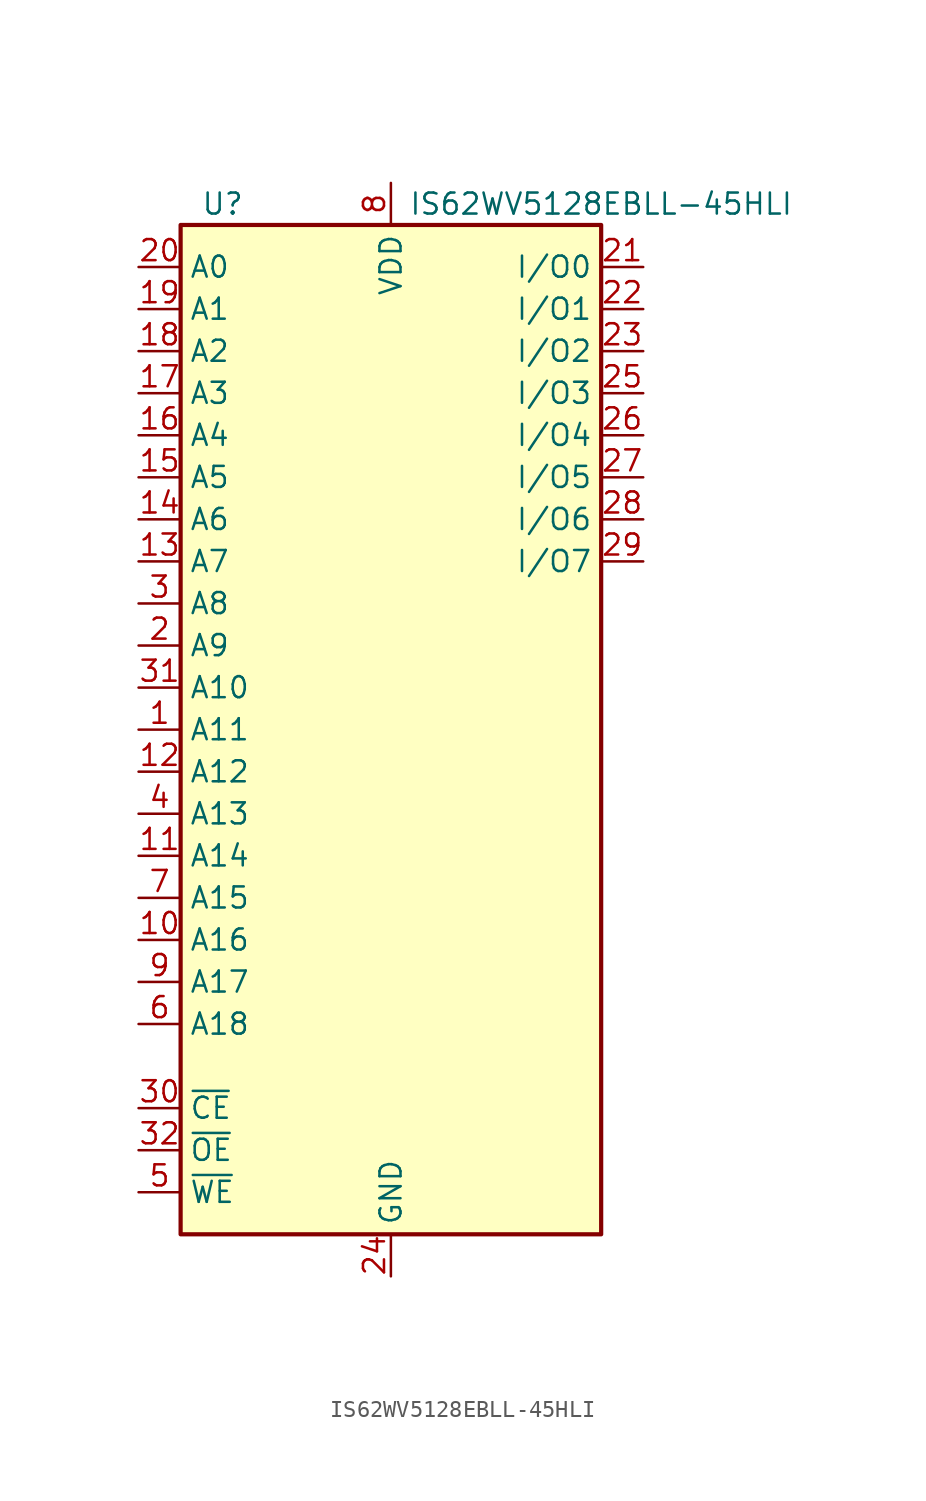
<source format=kicad_sym>
(kicad_symbol_lib
  (version 20231120)
  (generator "kicad_symbol_editor")
  (generator_version "8.0")
  (symbol "IS62WV5128EBLL-45HLI"
    (property "Reference" "U"
      (at -10.16 31.75 0)
      (effects (font (size 1.27 1.27))))
    (property "Value" "IS62WV5128EBLL-45HLI"
      (at 12.7 31.75 0)
      (effects (font (size 1.27 1.27))))
    (symbol "IS62WV5128EBLL-45HLI_0_1"
      (rectangle (start -12.7 30.48) (end 12.7 -30.48) (stroke (width 0.254) (type default)) (fill (type background))))
    (symbol "IS62WV5128EBLL-45HLI_1_1"
      (pin input line (at -15.24 0 0) (length 2.54) (name "A11" (effects (font (size 1.27 1.27)))) (number "1" (effects (font (size 1.27 1.27)))))
      (pin input line (at -15.24 -12.7 0) (length 2.54) (name "A16" (effects (font (size 1.27 1.27)))) (number "10" (effects (font (size 1.27 1.27)))))
      (pin input line (at -15.24 -7.62 0) (length 2.54) (name "A14" (effects (font (size 1.27 1.27)))) (number "11" (effects (font (size 1.27 1.27)))))
      (pin input line (at -15.24 -2.54 0) (length 2.54) (name "A12" (effects (font (size 1.27 1.27)))) (number "12" (effects (font (size 1.27 1.27)))))
      (pin input line (at -15.24 10.16 0) (length 2.54) (name "A7" (effects (font (size 1.27 1.27)))) (number "13" (effects (font (size 1.27 1.27)))))
      (pin input line (at -15.24 12.7 0) (length 2.54) (name "A6" (effects (font (size 1.27 1.27)))) (number "14" (effects (font (size 1.27 1.27)))))
      (pin input line (at -15.24 15.24 0) (length 2.54) (name "A5" (effects (font (size 1.27 1.27)))) (number "15" (effects (font (size 1.27 1.27)))))
      (pin input line (at -15.24 17.78 0) (length 2.54) (name "A4" (effects (font (size 1.27 1.27)))) (number "16" (effects (font (size 1.27 1.27)))))
      (pin input line (at -15.24 20.32 0) (length 2.54) (name "A3" (effects (font (size 1.27 1.27)))) (number "17" (effects (font (size 1.27 1.27)))))
      (pin input line (at -15.24 22.86 0) (length 2.54) (name "A2" (effects (font (size 1.27 1.27)))) (number "18" (effects (font (size 1.27 1.27)))))
      (pin input line (at -15.24 25.4 0) (length 2.54) (name "A1" (effects (font (size 1.27 1.27)))) (number "19" (effects (font (size 1.27 1.27)))))
      (pin input line (at -15.24 5.08 0) (length 2.54) (name "A9" (effects (font (size 1.27 1.27)))) (number "2" (effects (font (size 1.27 1.27)))))
      (pin input line (at -15.24 27.94 0) (length 2.54) (name "A0" (effects (font (size 1.27 1.27)))) (number "20" (effects (font (size 1.27 1.27)))))
      (pin bidirectional line (at 15.24 27.94 180) (length 2.54) (name "I/O0" (effects (font (size 1.27 1.27)))) (number "21" (effects (font (size 1.27 1.27)))))
      (pin bidirectional line (at 15.24 25.4 180) (length 2.54) (name "I/O1" (effects (font (size 1.27 1.27)))) (number "22" (effects (font (size 1.27 1.27)))))
      (pin bidirectional line (at 15.24 22.86 180) (length 2.54) (name "I/O2" (effects (font (size 1.27 1.27)))) (number "23" (effects (font (size 1.27 1.27)))))
      (pin power_in line (at 0 -33.02 90) (length 2.54) (name "GND" (effects (font (size 1.27 1.27)))) (number "24" (effects (font (size 1.27 1.27)))))
      (pin bidirectional line (at 15.24 20.32 180) (length 2.54) (name "I/O3" (effects (font (size 1.27 1.27)))) (number "25" (effects (font (size 1.27 1.27)))))
      (pin bidirectional line (at 15.24 17.78 180) (length 2.54) (name "I/O4" (effects (font (size 1.27 1.27)))) (number "26" (effects (font (size 1.27 1.27)))))
      (pin bidirectional line (at 15.24 15.24 180) (length 2.54) (name "I/O5" (effects (font (size 1.27 1.27)))) (number "27" (effects (font (size 1.27 1.27)))))
      (pin bidirectional line (at 15.24 12.7 180) (length 2.54) (name "I/O6" (effects (font (size 1.27 1.27)))) (number "28" (effects (font (size 1.27 1.27)))))
      (pin bidirectional line (at 15.24 10.16 180) (length 2.54) (name "I/O7" (effects (font (size 1.27 1.27)))) (number "29" (effects (font (size 1.27 1.27)))))
      (pin input line (at -15.24 7.62 0) (length 2.54) (name "A8" (effects (font (size 1.27 1.27)))) (number "3" (effects (font (size 1.27 1.27)))))
      (pin input line (at -15.24 -22.86 0) (length 2.54) (name "~{CE}" (effects (font (size 1.27 1.27)))) (number "30" (effects (font (size 1.27 1.27)))))
      (pin input line (at -15.24 2.54 0) (length 2.54) (name "A10" (effects (font (size 1.27 1.27)))) (number "31" (effects (font (size 1.27 1.27)))))
      (pin input line (at -15.24 -25.4 0) (length 2.54) (name "~{OE}" (effects (font (size 1.27 1.27)))) (number "32" (effects (font (size 1.27 1.27)))))
      (pin input line (at -15.24 -5.08 0) (length 2.54) (name "A13" (effects (font (size 1.27 1.27)))) (number "4" (effects (font (size 1.27 1.27)))))
      (pin input line (at -15.24 -27.94 0) (length 2.54) (name "~{WE}" (effects (font (size 1.27 1.27)))) (number "5" (effects (font (size 1.27 1.27)))))
      (pin input line (at -15.24 -17.78 0) (length 2.54) (name "A18" (effects (font (size 1.27 1.27)))) (number "6" (effects (font (size 1.27 1.27)))))
      (pin input line (at -15.24 -10.16 0) (length 2.54) (name "A15" (effects (font (size 1.27 1.27)))) (number "7" (effects (font (size 1.27 1.27)))))
      (pin power_in line (at 0 33.02 270) (length 2.54) (name "VDD" (effects (font (size 1.27 1.27)))) (number "8" (effects (font (size 1.27 1.27)))))
      (pin input line (at -15.24 -15.24 0) (length 2.54) (name "A17" (effects (font (size 1.27 1.27)))) (number "9" (effects (font (size 1.27 1.27))))))))
</source>
